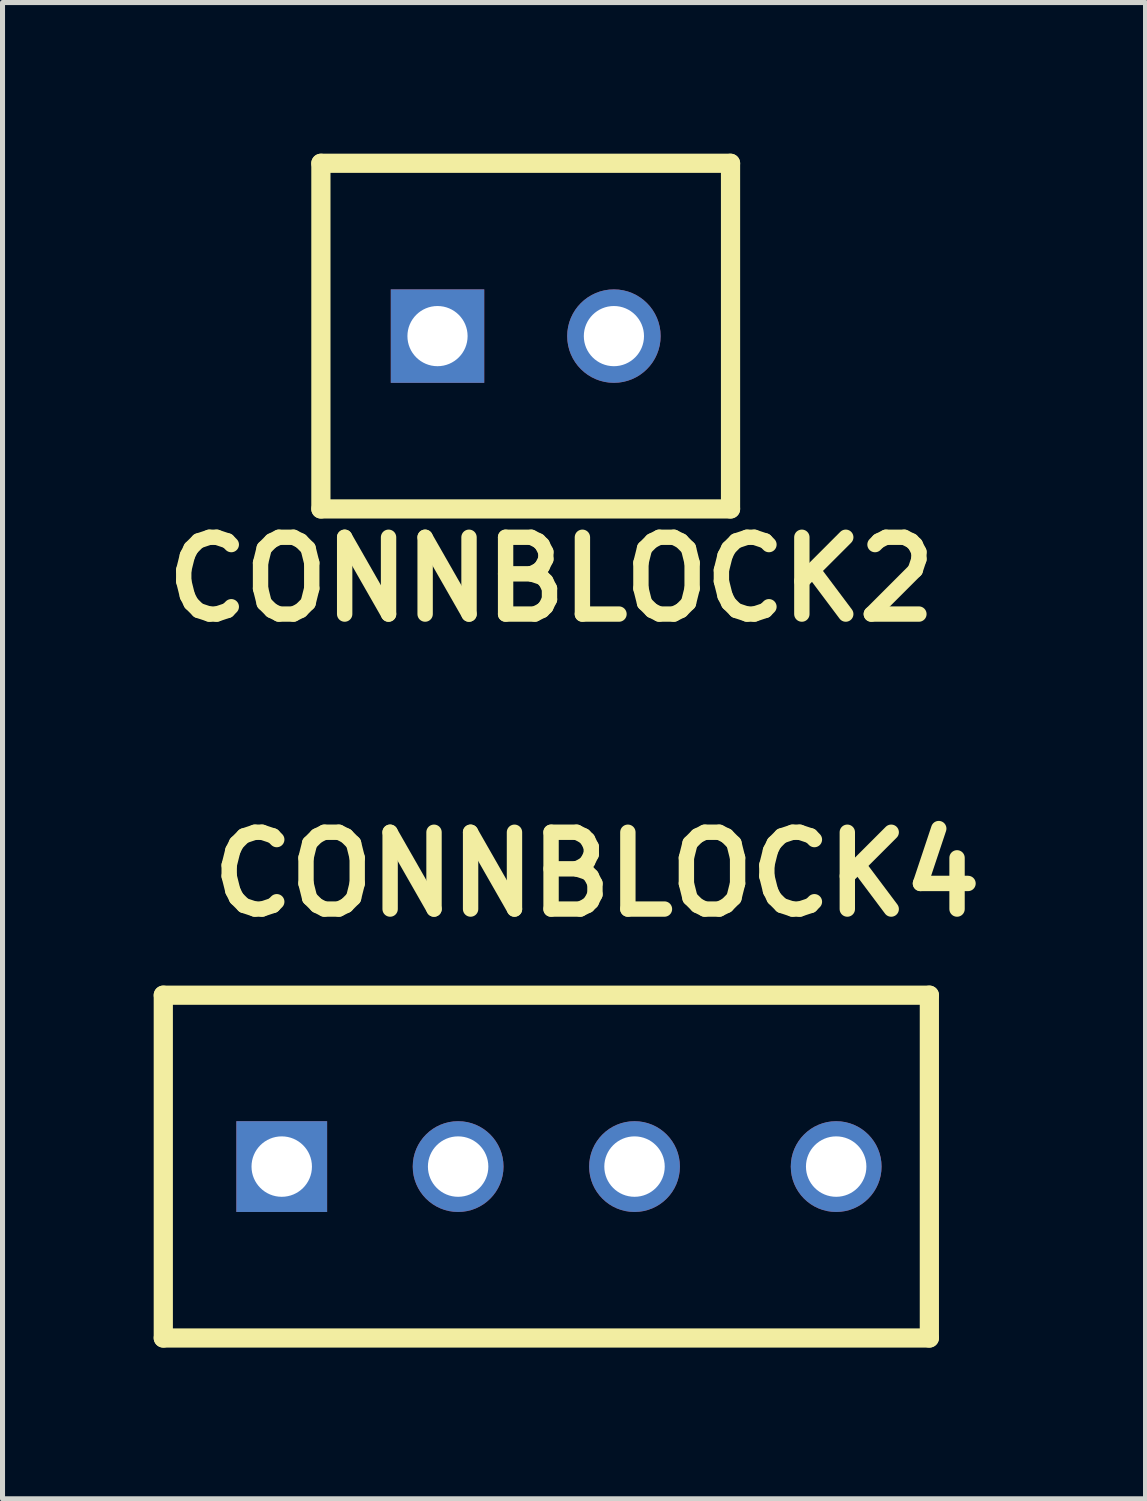
<source format=kicad_pcb>
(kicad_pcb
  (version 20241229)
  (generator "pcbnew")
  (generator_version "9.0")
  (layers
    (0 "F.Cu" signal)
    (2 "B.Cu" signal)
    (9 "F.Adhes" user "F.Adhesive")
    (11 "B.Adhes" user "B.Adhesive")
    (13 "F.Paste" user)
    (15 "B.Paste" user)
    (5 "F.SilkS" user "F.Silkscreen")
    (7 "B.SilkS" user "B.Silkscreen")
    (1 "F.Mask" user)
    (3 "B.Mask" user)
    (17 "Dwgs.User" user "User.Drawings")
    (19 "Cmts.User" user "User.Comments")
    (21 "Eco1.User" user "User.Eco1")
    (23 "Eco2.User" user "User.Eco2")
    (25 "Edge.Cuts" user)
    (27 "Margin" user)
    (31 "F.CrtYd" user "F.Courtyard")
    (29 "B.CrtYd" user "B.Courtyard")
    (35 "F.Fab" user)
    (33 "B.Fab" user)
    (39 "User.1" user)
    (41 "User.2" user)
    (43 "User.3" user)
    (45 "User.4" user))
  (footprint "CONNBLOCK4"
    (layer "F.Cu")
    (at 7.79 20.097)
    (property "Reference" "CONNBLOCK4" (at 1.001 -5.799 0) (layer "F.SilkS") (effects (font (size 1.524 1.524) (thickness 0.305))))
    (attr through_hole)
    (fp_line (start -7.6 -3.401) (end -7.6 3.401) (stroke (width 0.381) (type solid)) (layer "F.SilkS"))
    (fp_line (start -7.6 3.401) (end 7.6 3.401) (stroke (width 0.381) (type solid)) (layer "F.SilkS"))
    (fp_line (start 7.6 -3.401) (end -7.6 -3.401) (stroke (width 0.381) (type solid)) (layer "F.SilkS"))
    (fp_line (start 7.6 3.401) (end 7.6 -3.401) (stroke (width 0.381) (type solid)) (layer "F.SilkS"))
    (pad "1" thru_hole rect (at -5.25 0) (size 1.801 1.801) (drill 1.199) (layers "*.Cu" "*.Mask"))
    (pad "2" thru_hole circle (at -1.75 0) (size 1.801 1.801) (drill 1.199) (layers "*.Cu" "*.Mask"))
    (pad "3" thru_hole circle (at 1.75 0) (size 1.801 1.801) (drill 1.199) (layers "*.Cu" "*.Mask"))
    (pad "4" thru_hole circle (at 5.751 0) (size 1.801 1.801) (drill 1.199) (layers "*.Cu" "*.Mask")))
  (footprint "CONNBLOCK2"
    (layer "F.Cu")
    (at 7.381 3.619)
    (property "Reference" "CONNBLOCK2" (at 0.508 4.826 0) (layer "F.SilkS") (effects (font (size 1.524 1.524) (thickness 0.305))))
    (attr through_hole)
    (fp_line (start -4.064 -3.429) (end -4.064 3.429) (stroke (width 0.381) (type solid)) (layer "F.SilkS"))
    (fp_line (start -4.064 3.429) (end 4.064 3.429) (stroke (width 0.381) (type solid)) (layer "F.SilkS"))
    (fp_line (start 4.064 -3.429) (end -4.064 -3.429) (stroke (width 0.381) (type solid)) (layer "F.SilkS"))
    (fp_line (start 4.064 3.429) (end 4.064 -3.429) (stroke (width 0.381) (type solid)) (layer "F.SilkS"))
    (pad "1" thru_hole rect (at -1.75 0) (size 1.854 1.854) (drill 1.194) (layers "*.Cu" "*.Mask"))
    (pad "2" thru_hole circle (at 1.75 0) (size 1.854 1.854) (drill 1.194) (layers "*.Cu" "*.Mask")))
  (gr_rect
    (start -3 -3)
    (end 19.679 26.689)
    (stroke (width 0.1) (type default))
    (fill no)
    (layer "Edge.Cuts")))
</source>
